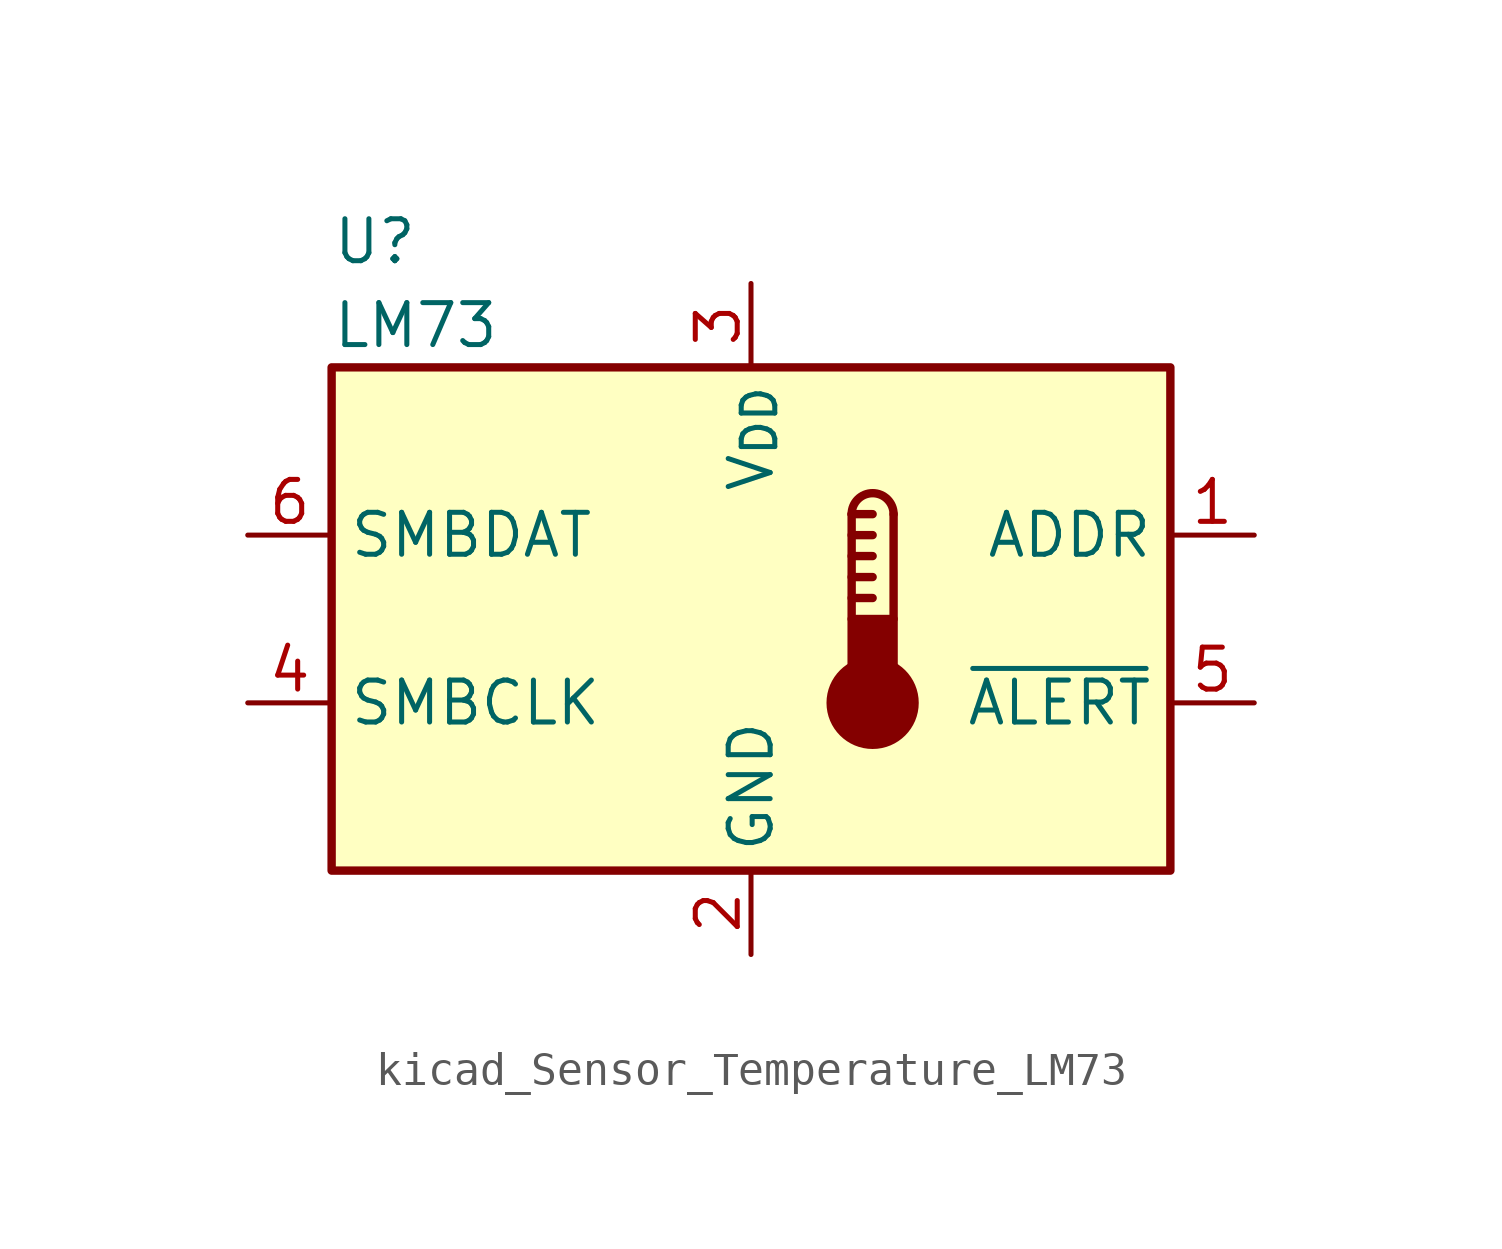
<source format=kicad_sym>
(kicad_symbol_lib
  (version 20220914)
  (generator kicad_symbol_editor)
  (symbol "kicad_Sensor_Temperature_LM73"
    (property "Reference" "U"
      (at -12.7 11.43 0)
      (effects (font (size 1.27 1.27)) (justify left)))
    (property "Value" "LM73"
      (at -12.7 8.89 0)
      (effects (font (size 1.27 1.27)) (justify left)))
    (symbol "kicad_Sensor_Temperature_LM73_0_1"
      (rectangle (start -12.7 7.62) (end 12.7 -7.62) (stroke (width 0.254) (type default)) (fill (type background)))
      (polyline (pts (xy 3.048 0.635) (xy 3.683 0.635)) (stroke (width 0.254) (type default)) (fill (type none)))
      (polyline (pts (xy 3.048 1.27) (xy 3.683 1.27)) (stroke (width 0.254) (type default)) (fill (type none)))
      (polyline (pts (xy 3.048 1.905) (xy 3.683 1.905)) (stroke (width 0.254) (type default)) (fill (type none)))
      (polyline (pts (xy 3.048 2.54) (xy 3.683 2.54)) (stroke (width 0.254) (type default)) (fill (type none)))
      (polyline (pts (xy 3.048 3.175) (xy 3.048 0)) (stroke (width 0.254) (type default)) (fill (type none)))
      (polyline (pts (xy 3.048 3.175) (xy 3.683 3.175)) (stroke (width 0.254) (type default)) (fill (type none)))
      (polyline (pts (xy 4.318 3.175) (xy 4.318 0)) (stroke (width 0.254) (type default)) (fill (type none)))
      (circle (center 3.683 -2.54) (radius 1.27) (stroke (width 0.254) (type default)) (fill (type outline)))
      (rectangle (start 4.318 -1.905) (end 3.048 0) (stroke (width 0.254) (type default)) (fill (type outline)))
      (arc (start 4.318 3.175) (mid 3.683 3.8073) (end 3.048 3.175) (stroke (width 0.254) (type default)) (fill (type none))))
    (symbol "kicad_Sensor_Temperature_LM73_1_1"
      (pin input line (at 15.24 2.54 180) (length 2.54) (name "ADDR" (effects (font (size 1.27 1.27)))) (number "1" (effects (font (size 1.27 1.27)))))
      (pin power_in line (at 0 -10.16 90) (length 2.54) (name "GND" (effects (font (size 1.27 1.27)))) (number "2" (effects (font (size 1.27 1.27)))))
      (pin power_in line (at 0 10.16 270) (length 2.54) (name "V_{DD}" (effects (font (size 1.27 1.27)))) (number "3" (effects (font (size 1.27 1.27)))))
      (pin input line (at -15.24 -2.54 0) (length 2.54) (name "SMBCLK" (effects (font (size 1.27 1.27)))) (number "4" (effects (font (size 1.27 1.27)))))
      (pin output line (at 15.24 -2.54 180) (length 2.54) (name "~{ALERT}" (effects (font (size 1.27 1.27)))) (number "5" (effects (font (size 1.27 1.27)))))
      (pin bidirectional line (at -15.24 2.54 0) (length 2.54) (name "SMBDAT" (effects (font (size 1.27 1.27)))) (number "6" (effects (font (size 1.27 1.27))))))))
</source>
